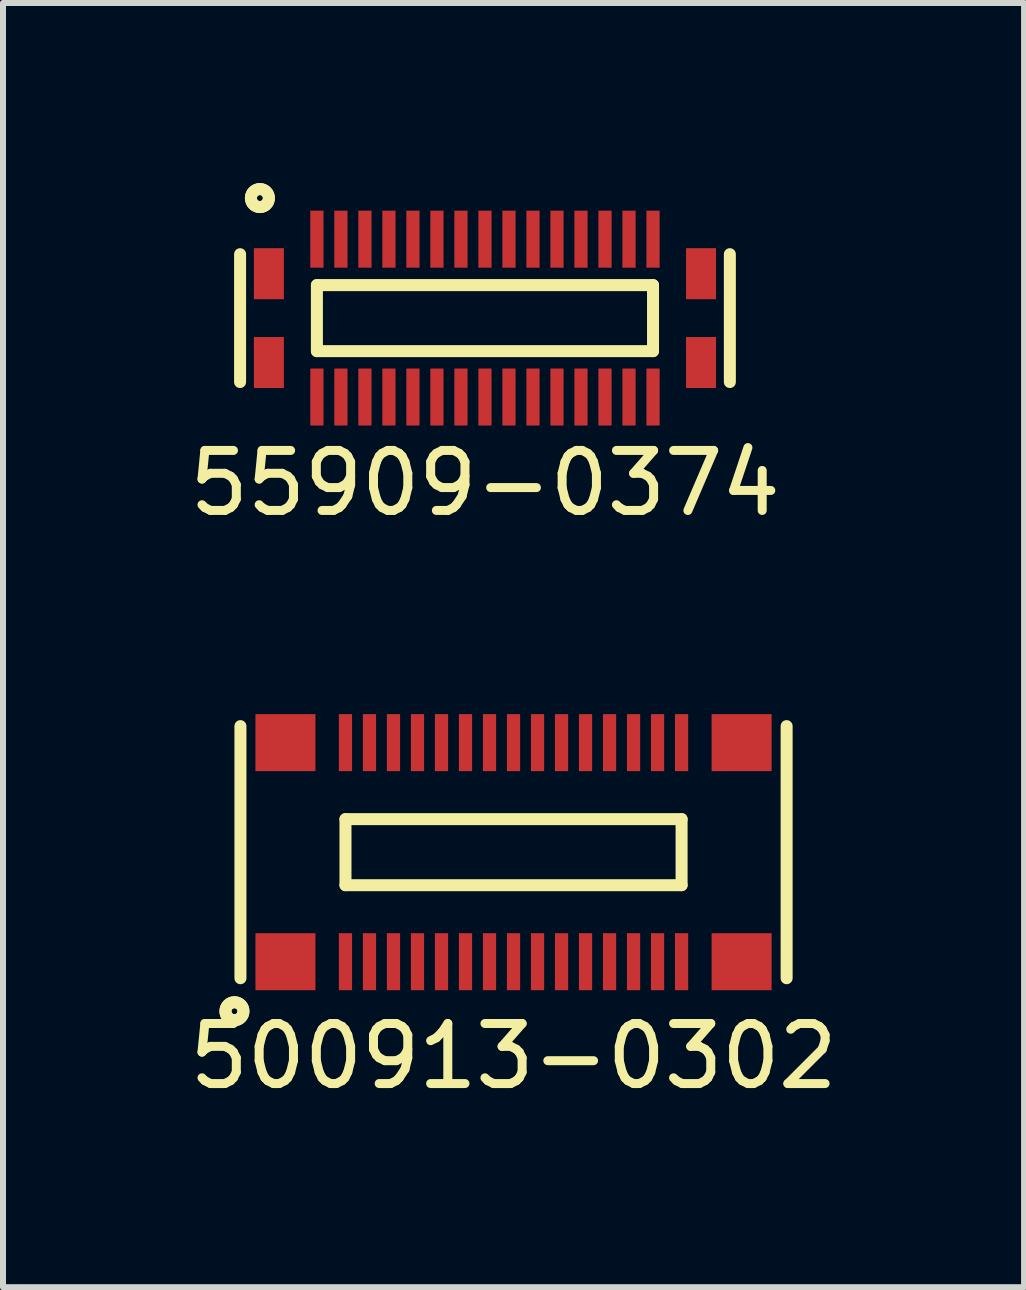
<source format=kicad_pcb>
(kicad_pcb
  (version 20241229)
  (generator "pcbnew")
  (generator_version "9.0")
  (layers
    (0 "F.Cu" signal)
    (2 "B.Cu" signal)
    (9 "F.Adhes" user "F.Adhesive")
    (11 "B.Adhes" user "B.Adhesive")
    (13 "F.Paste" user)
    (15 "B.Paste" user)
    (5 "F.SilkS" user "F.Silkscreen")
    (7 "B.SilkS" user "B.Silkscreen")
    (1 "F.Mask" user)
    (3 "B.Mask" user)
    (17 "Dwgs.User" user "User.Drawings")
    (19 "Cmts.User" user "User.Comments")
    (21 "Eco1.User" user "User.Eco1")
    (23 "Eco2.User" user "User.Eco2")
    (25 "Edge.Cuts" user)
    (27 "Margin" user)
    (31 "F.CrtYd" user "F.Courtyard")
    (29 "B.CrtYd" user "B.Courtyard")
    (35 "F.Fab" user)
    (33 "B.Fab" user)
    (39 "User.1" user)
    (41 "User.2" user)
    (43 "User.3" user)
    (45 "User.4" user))
  (footprint "500913-0302"
    (layer "F.Cu")
    (at 5.506 11.148)
    (property "Reference" "500913-0302" (at 0 3.4 0) (layer "F.SilkS") (effects (font (size 1 1) (thickness 0.15))))
    (attr through_hole)
    (fp_line (start -4.55 2.1) (end -4.55 -2.1) (stroke (width 0.2) (type solid)) (layer "F.SilkS"))
    (fp_line (start -2.8 -0.55) (end -2.8 0.55) (stroke (width 0.2) (type solid)) (layer "F.SilkS"))
    (fp_line (start -2.8 0.55) (end 2.8 0.55) (stroke (width 0.2) (type solid)) (layer "F.SilkS"))
    (fp_line (start 2.8 -0.55) (end -2.8 -0.55) (stroke (width 0.2) (type solid)) (layer "F.SilkS"))
    (fp_line (start 2.8 0.55) (end 2.8 -0.55) (stroke (width 0.2) (type solid)) (layer "F.SilkS"))
    (fp_line (start 4.55 2.1) (end 4.55 -2.1) (stroke (width 0.2) (type solid)) (layer "F.SilkS"))
    (fp_circle (center -4.65 2.65) (end -4.6 2.65) (stroke (width 0.2) (type solid)) (fill no) (layer "F.SilkS"))
    (fp_circle (center -4.65 2.65) (end -4.5 2.65) (stroke (width 0.2) (type solid)) (fill no) (layer "F.SilkS"))
    (pad "1" smd rect (at -2.8 1.825) (size 0.22 0.95) (layers "F.Cu" "F.Mask"))
    (pad "2" smd rect (at -2.4 1.825) (size 0.22 0.95) (layers "F.Cu" "F.Mask"))
    (pad "3" smd rect (at -2 1.825) (size 0.22 0.95) (layers "F.Cu" "F.Mask"))
    (pad "4" smd rect (at -1.6 1.825) (size 0.22 0.95) (layers "F.Cu" "F.Mask"))
    (pad "5" smd rect (at -1.2 1.825) (size 0.22 0.95) (layers "F.Cu" "F.Mask"))
    (pad "6" smd rect (at -0.8 1.825) (size 0.22 0.95) (layers "F.Cu" "F.Mask"))
    (pad "7" smd rect (at -0.4 1.825) (size 0.22 0.95) (layers "F.Cu" "F.Mask"))
    (pad "8" smd rect (at 0 1.825) (size 0.22 0.95) (layers "F.Cu" "F.Mask"))
    (pad "9" smd rect (at 0.4 1.825) (size 0.22 0.95) (layers "F.Cu" "F.Mask"))
    (pad "10" smd rect (at 0.8 1.825) (size 0.22 0.95) (layers "F.Cu" "F.Mask"))
    (pad "11" smd rect (at 1.2 1.825) (size 0.22 0.95) (layers "F.Cu" "F.Mask"))
    (pad "12" smd rect (at 1.6 1.825) (size 0.22 0.95) (layers "F.Cu" "F.Mask"))
    (pad "13" smd rect (at 2 1.825) (size 0.22 0.95) (layers "F.Cu" "F.Mask"))
    (pad "14" smd rect (at 2.4 1.825) (size 0.22 0.95) (layers "F.Cu" "F.Mask"))
    (pad "15" smd rect (at 2.8 1.825) (size 0.22 0.95) (layers "F.Cu" "F.Mask"))
    (pad "16" smd rect (at 2.8 -1.825) (size 0.22 0.95) (layers "F.Cu" "F.Mask"))
    (pad "17" smd rect (at 2.4 -1.825) (size 0.22 0.95) (layers "F.Cu" "F.Mask"))
    (pad "18" smd rect (at 2 -1.825) (size 0.22 0.95) (layers "F.Cu" "F.Mask"))
    (pad "19" smd rect (at 1.6 -1.825) (size 0.22 0.95) (layers "F.Cu" "F.Mask"))
    (pad "20" smd rect (at 1.2 -1.825) (size 0.22 0.95) (layers "F.Cu" "F.Mask"))
    (pad "21" smd rect (at 0.8 -1.825) (size 0.22 0.95) (layers "F.Cu" "F.Mask"))
    (pad "22" smd rect (at 0.4 -1.825) (size 0.22 0.95) (layers "F.Cu" "F.Mask"))
    (pad "23" smd rect (at 0 -1.825) (size 0.22 0.95) (layers "F.Cu" "F.Mask"))
    (pad "24" smd rect (at -0.4 -1.825) (size 0.22 0.95) (layers "F.Cu" "F.Mask"))
    (pad "25" smd rect (at -0.8 -1.825) (size 0.22 0.95) (layers "F.Cu" "F.Mask"))
    (pad "26" smd rect (at -1.2 -1.825) (size 0.22 0.95) (layers "F.Cu" "F.Mask"))
    (pad "27" smd rect (at -1.6 -1.825) (size 0.22 0.95) (layers "F.Cu" "F.Mask"))
    (pad "28" smd rect (at -2 -1.825) (size 0.22 0.95) (layers "F.Cu" "F.Mask"))
    (pad "29" smd rect (at -2.4 -1.825) (size 0.22 0.95) (layers "F.Cu" "F.Mask"))
    (pad "30" smd rect (at -2.8 -1.825) (size 0.22 0.95) (layers "F.Cu" "F.Mask"))
    (pad "31" smd rect (at -3.8 -1.825) (size 1 0.95) (layers "F.Cu" "F.Mask"))
    (pad "31" smd rect (at -3.8 1.825) (size 1 0.95) (layers "F.Cu" "F.Mask"))
    (pad "31" smd rect (at 3.8 -1.825) (size 1 0.95) (layers "F.Cu" "F.Mask"))
    (pad "31" smd rect (at 3.8 1.825) (size 1 0.95) (layers "F.Cu" "F.Mask")))
  (footprint "55909-0374"
    (layer "F.Cu")
    (at 5.03 2.25)
    (property "Reference" "55909-0374" (at 0 2.75 0) (layer "F.SilkS") (effects (font (size 1 1) (thickness 0.15))))
    (attr through_hole)
    (fp_line (start -4.08 1.065) (end -4.08 -1.065) (stroke (width 0.2) (type solid)) (layer "F.SilkS"))
    (fp_line (start -2.8 -0.55) (end -2.8 0.55) (stroke (width 0.2) (type solid)) (layer "F.SilkS"))
    (fp_line (start -2.8 0.55) (end 2.8 0.55) (stroke (width 0.2) (type solid)) (layer "F.SilkS"))
    (fp_line (start 2.8 -0.55) (end -2.8 -0.55) (stroke (width 0.2) (type solid)) (layer "F.SilkS"))
    (fp_line (start 2.8 0.55) (end 2.8 -0.55) (stroke (width 0.2) (type solid)) (layer "F.SilkS"))
    (fp_line (start 4.08 1.065) (end 4.08 -1.065) (stroke (width 0.2) (type solid)) (layer "F.SilkS"))
    (fp_circle (center -3.75 -2) (end -3.7 -2) (stroke (width 0.2) (type solid)) (fill no) (layer "F.SilkS"))
    (fp_circle (center -3.75 -2) (end -3.6 -2) (stroke (width 0.2) (type solid)) (fill no) (layer "F.SilkS"))
    (pad "1" smd rect (at -2.8 -1.315) (size 0.22 0.95) (layers "F.Cu" "F.Mask" "F.Paste"))
    (pad "2" smd rect (at -2.4 -1.315) (size 0.22 0.95) (layers "F.Cu" "F.Mask" "F.Paste"))
    (pad "3" smd rect (at -2 -1.315) (size 0.22 0.95) (layers "F.Cu" "F.Mask" "F.Paste"))
    (pad "4" smd rect (at -1.6 -1.315) (size 0.22 0.95) (layers "F.Cu" "F.Mask" "F.Paste"))
    (pad "5" smd rect (at -1.2 -1.315) (size 0.22 0.95) (layers "F.Cu" "F.Mask" "F.Paste"))
    (pad "6" smd rect (at -0.8 -1.315) (size 0.22 0.95) (layers "F.Cu" "F.Mask" "F.Paste"))
    (pad "7" smd rect (at -0.4 -1.315) (size 0.22 0.95) (layers "F.Cu" "F.Mask" "F.Paste"))
    (pad "8" smd rect (at 0 -1.315) (size 0.22 0.95) (layers "F.Cu" "F.Mask" "F.Paste"))
    (pad "9" smd rect (at 0.4 -1.315) (size 0.22 0.95) (layers "F.Cu" "F.Mask" "F.Paste"))
    (pad "10" smd rect (at 0.8 -1.315) (size 0.22 0.95) (layers "F.Cu" "F.Mask" "F.Paste"))
    (pad "11" smd rect (at 1.2 -1.315) (size 0.22 0.95) (layers "F.Cu" "F.Mask" "F.Paste"))
    (pad "12" smd rect (at 1.6 -1.315) (size 0.22 0.95) (layers "F.Cu" "F.Mask" "F.Paste"))
    (pad "13" smd rect (at 2 -1.315) (size 0.22 0.95) (layers "F.Cu" "F.Mask" "F.Paste"))
    (pad "14" smd rect (at 2.4 -1.315) (size 0.22 0.95) (layers "F.Cu" "F.Mask" "F.Paste"))
    (pad "15" smd rect (at 2.8 -1.315) (size 0.22 0.95) (layers "F.Cu" "F.Mask" "F.Paste"))
    (pad "16" smd rect (at 2.8 1.315) (size 0.22 0.95) (layers "F.Cu" "F.Mask" "F.Paste"))
    (pad "17" smd rect (at 2.4 1.315) (size 0.22 0.95) (layers "F.Cu" "F.Mask" "F.Paste"))
    (pad "18" smd rect (at 2 1.315) (size 0.22 0.95) (layers "F.Cu" "F.Mask" "F.Paste"))
    (pad "19" smd rect (at 1.6 1.315) (size 0.22 0.95) (layers "F.Cu" "F.Mask" "F.Paste"))
    (pad "20" smd rect (at 1.2 1.315) (size 0.22 0.95) (layers "F.Cu" "F.Mask" "F.Paste"))
    (pad "21" smd rect (at 0.8 1.315) (size 0.22 0.95) (layers "F.Cu" "F.Mask" "F.Paste"))
    (pad "22" smd rect (at 0.4 1.315) (size 0.22 0.95) (layers "F.Cu" "F.Mask" "F.Paste"))
    (pad "23" smd rect (at 0 1.315) (size 0.22 0.95) (layers "F.Cu" "F.Mask" "F.Paste"))
    (pad "24" smd rect (at -0.4 1.315) (size 0.22 0.95) (layers "F.Cu" "F.Mask" "F.Paste"))
    (pad "25" smd rect (at -0.8 1.315) (size 0.22 0.95) (layers "F.Cu" "F.Mask" "F.Paste"))
    (pad "26" smd rect (at -1.2 1.315) (size 0.22 0.95) (layers "F.Cu" "F.Mask" "F.Paste"))
    (pad "27" smd rect (at -1.6 1.315) (size 0.22 0.95) (layers "F.Cu" "F.Mask" "F.Paste"))
    (pad "28" smd rect (at -2 1.315) (size 0.22 0.95) (layers "F.Cu" "F.Mask" "F.Paste"))
    (pad "29" smd rect (at -2.4 1.315) (size 0.22 0.95) (layers "F.Cu" "F.Mask" "F.Paste"))
    (pad "30" smd rect (at -2.8 1.315) (size 0.22 0.95) (layers "F.Cu" "F.Mask" "F.Paste"))
    (pad "31" smd rect (at -3.6 -0.74) (size 0.5 0.85) (layers "F.Cu" "F.Mask" "F.Paste"))
    (pad "31" smd rect (at -3.6 0.74) (size 0.5 0.85) (layers "F.Cu" "F.Mask" "F.Paste"))
    (pad "31" smd rect (at 3.6 -0.74) (size 0.5 0.85) (layers "F.Cu" "F.Mask" "F.Paste"))
    (pad "31" smd rect (at 3.6 0.74) (size 0.5 0.85) (layers "F.Cu" "F.Mask" "F.Paste")))
  (gr_rect
    (start -3 -3)
    (end 14.012 18.396)
    (stroke (width 0.1) (type default))
    (fill no)
    (layer "Edge.Cuts")))
</source>
